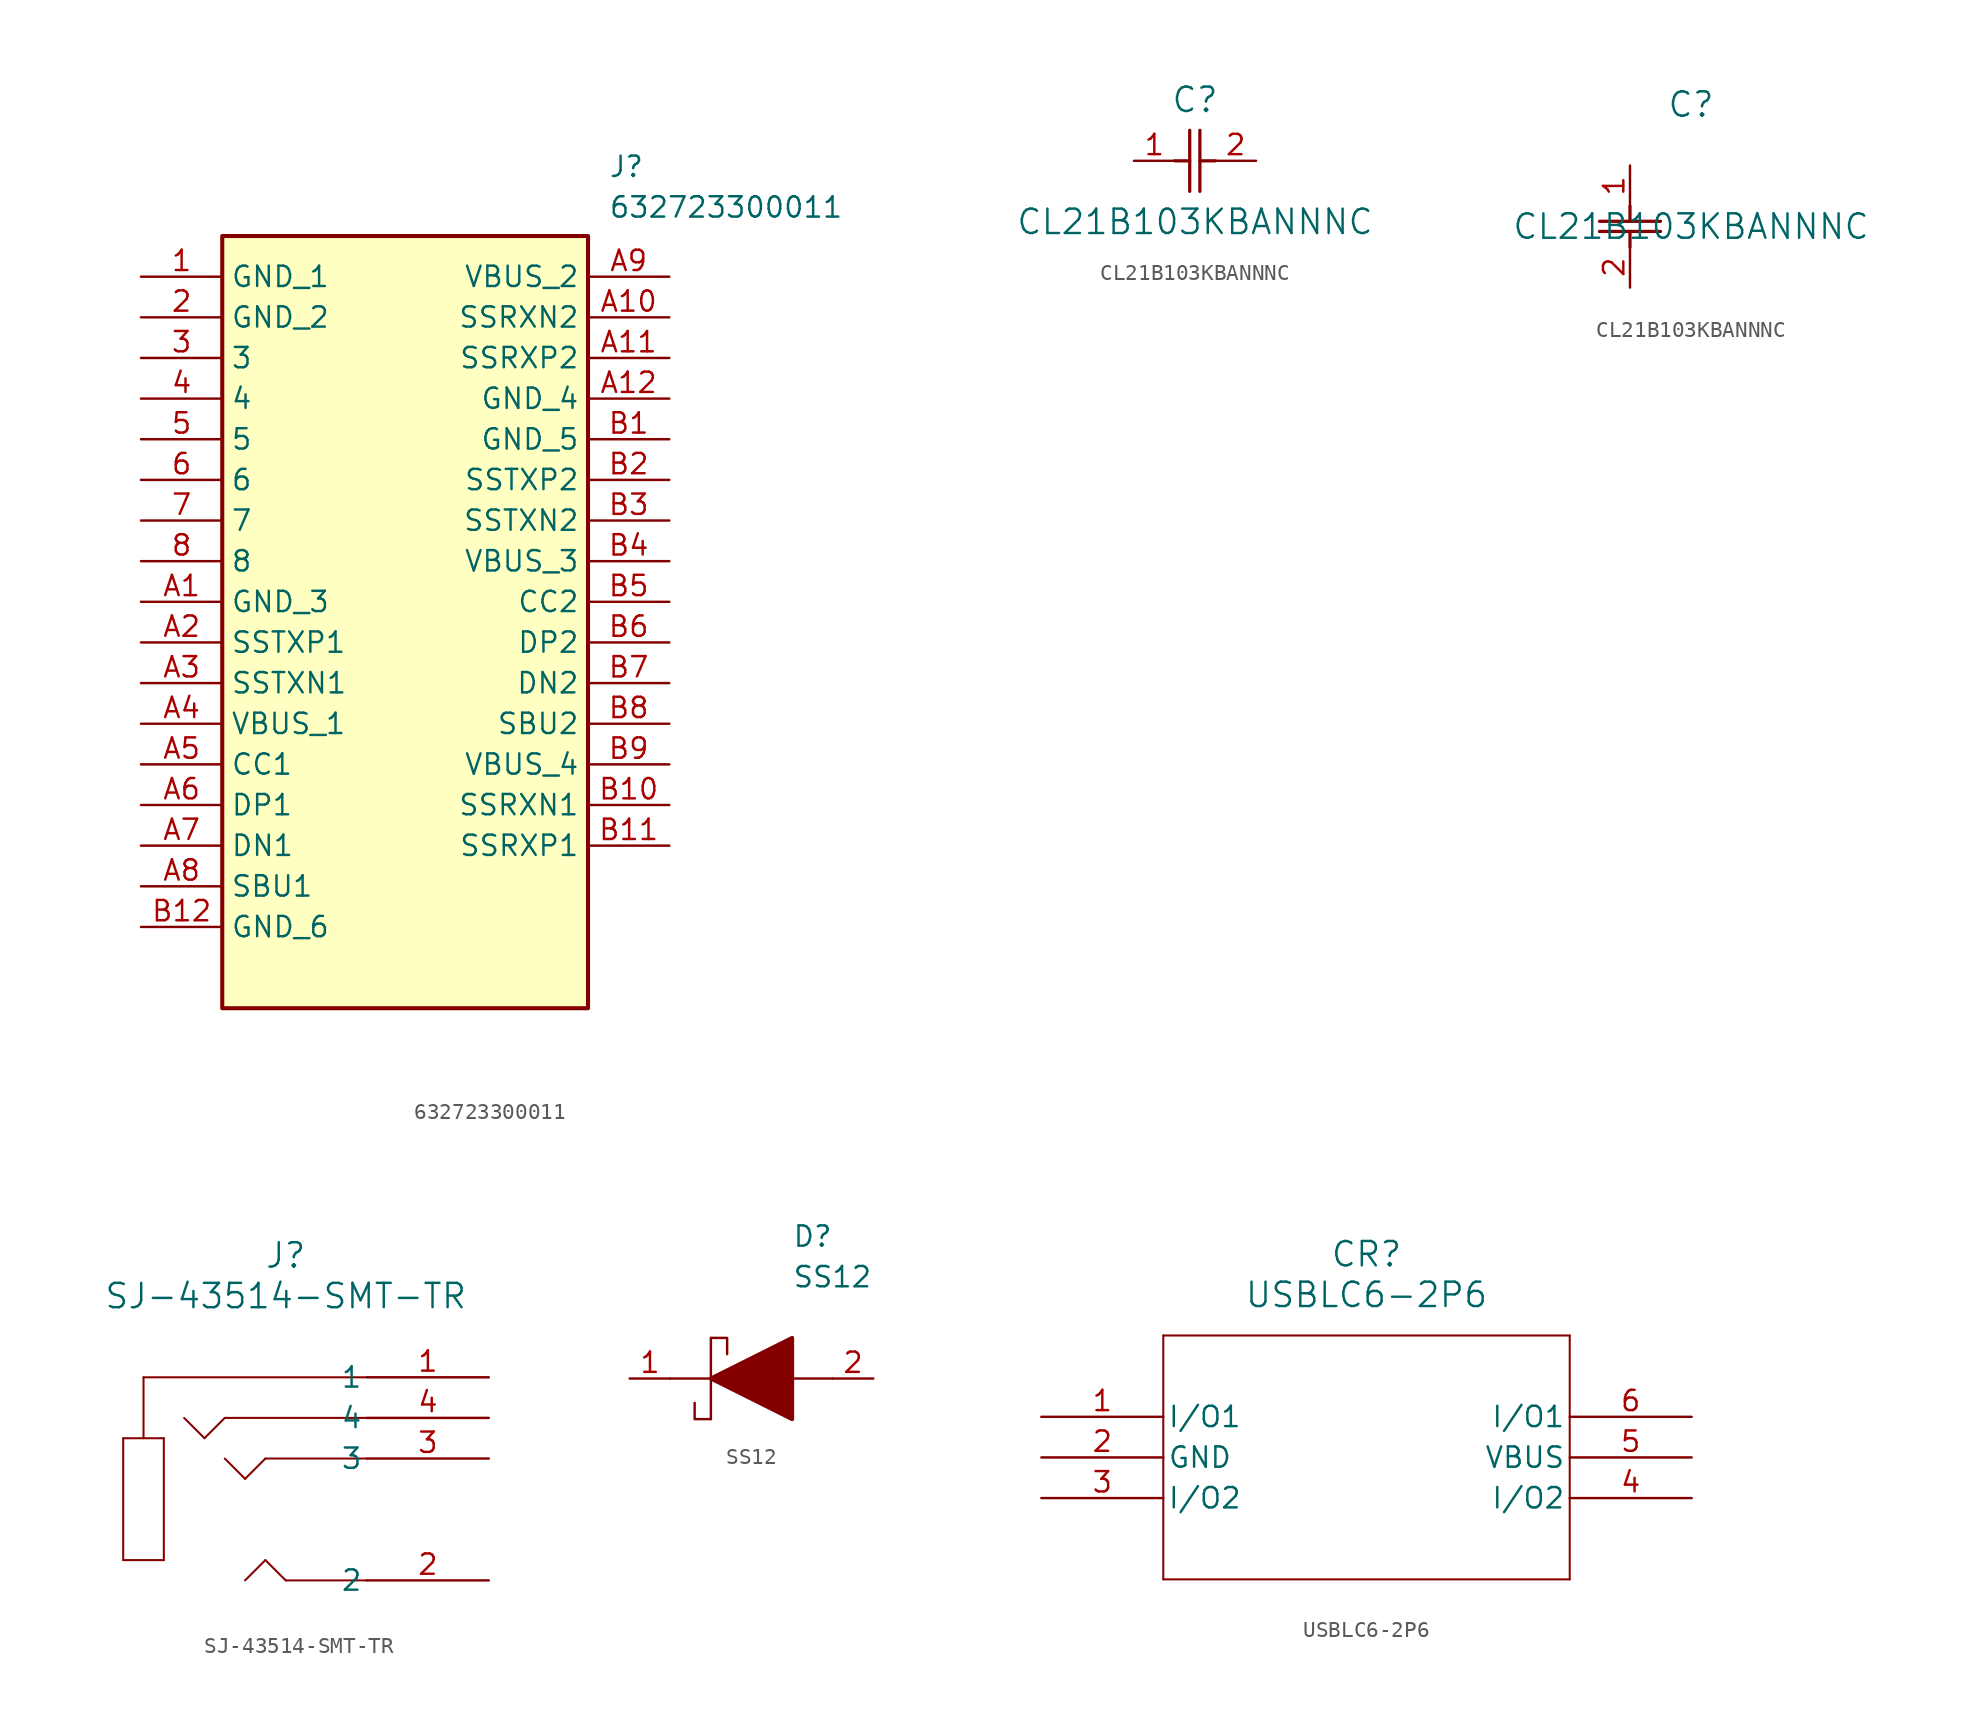
<source format=kicad_sym>
(kicad_symbol_lib
  (version 20220914)
  (generator kicad_symbol_editor)
  (symbol "632723300011"
    (property "Reference" "J"
      (at 29.21 7.62 0)
      (effects (font (size 1.27 1.27)) (justify left top)))
    (property "Value" "632723300011"
      (at 29.21 5.08 0)
      (effects (font (size 1.27 1.27)) (justify left top)))
    (symbol "632723300011_1_1"
      (rectangle (start 5.08 2.54) (end 27.94 -45.72) (stroke (width 0.254) (type default)) (fill (type background)))
      (pin passive line (at 0 0 0) (length 5.08) (name "GND_1" (effects (font (size 1.27 1.27)))) (number "1" (effects (font (size 1.27 1.27)))))
      (pin passive line (at 0 -2.54 0) (length 5.08) (name "GND_2" (effects (font (size 1.27 1.27)))) (number "2" (effects (font (size 1.27 1.27)))))
      (pin passive line (at 0 -5.08 0) (length 5.08) (name "3" (effects (font (size 1.27 1.27)))) (number "3" (effects (font (size 1.27 1.27)))))
      (pin passive line (at 0 -7.62 0) (length 5.08) (name "4" (effects (font (size 1.27 1.27)))) (number "4" (effects (font (size 1.27 1.27)))))
      (pin passive line (at 0 -10.16 0) (length 5.08) (name "5" (effects (font (size 1.27 1.27)))) (number "5" (effects (font (size 1.27 1.27)))))
      (pin passive line (at 0 -12.7 0) (length 5.08) (name "6" (effects (font (size 1.27 1.27)))) (number "6" (effects (font (size 1.27 1.27)))))
      (pin passive line (at 0 -15.24 0) (length 5.08) (name "7" (effects (font (size 1.27 1.27)))) (number "7" (effects (font (size 1.27 1.27)))))
      (pin passive line (at 0 -17.78 0) (length 5.08) (name "8" (effects (font (size 1.27 1.27)))) (number "8" (effects (font (size 1.27 1.27)))))
      (pin passive line (at 0 -20.32 0) (length 5.08) (name "GND_3" (effects (font (size 1.27 1.27)))) (number "A1" (effects (font (size 1.27 1.27)))))
      (pin passive line (at 33.02 -2.54 180) (length 5.08) (name "SSRXN2" (effects (font (size 1.27 1.27)))) (number "A10" (effects (font (size 1.27 1.27)))))
      (pin passive line (at 33.02 -5.08 180) (length 5.08) (name "SSRXP2" (effects (font (size 1.27 1.27)))) (number "A11" (effects (font (size 1.27 1.27)))))
      (pin passive line (at 33.02 -7.62 180) (length 5.08) (name "GND_4" (effects (font (size 1.27 1.27)))) (number "A12" (effects (font (size 1.27 1.27)))))
      (pin passive line (at 0 -22.86 0) (length 5.08) (name "SSTXP1" (effects (font (size 1.27 1.27)))) (number "A2" (effects (font (size 1.27 1.27)))))
      (pin passive line (at 0 -25.4 0) (length 5.08) (name "SSTXN1" (effects (font (size 1.27 1.27)))) (number "A3" (effects (font (size 1.27 1.27)))))
      (pin passive line (at 0 -27.94 0) (length 5.08) (name "VBUS_1" (effects (font (size 1.27 1.27)))) (number "A4" (effects (font (size 1.27 1.27)))))
      (pin passive line (at 0 -30.48 0) (length 5.08) (name "CC1" (effects (font (size 1.27 1.27)))) (number "A5" (effects (font (size 1.27 1.27)))))
      (pin passive line (at 0 -33.02 0) (length 5.08) (name "DP1" (effects (font (size 1.27 1.27)))) (number "A6" (effects (font (size 1.27 1.27)))))
      (pin passive line (at 0 -35.56 0) (length 5.08) (name "DN1" (effects (font (size 1.27 1.27)))) (number "A7" (effects (font (size 1.27 1.27)))))
      (pin passive line (at 0 -38.1 0) (length 5.08) (name "SBU1" (effects (font (size 1.27 1.27)))) (number "A8" (effects (font (size 1.27 1.27)))))
      (pin passive line (at 33.02 0 180) (length 5.08) (name "VBUS_2" (effects (font (size 1.27 1.27)))) (number "A9" (effects (font (size 1.27 1.27)))))
      (pin passive line (at 33.02 -10.16 180) (length 5.08) (name "GND_5" (effects (font (size 1.27 1.27)))) (number "B1" (effects (font (size 1.27 1.27)))))
      (pin passive line (at 33.02 -33.02 180) (length 5.08) (name "SSRXN1" (effects (font (size 1.27 1.27)))) (number "B10" (effects (font (size 1.27 1.27)))))
      (pin passive line (at 33.02 -35.56 180) (length 5.08) (name "SSRXP1" (effects (font (size 1.27 1.27)))) (number "B11" (effects (font (size 1.27 1.27)))))
      (pin passive line (at 0 -40.64 0) (length 5.08) (name "GND_6" (effects (font (size 1.27 1.27)))) (number "B12" (effects (font (size 1.27 1.27)))))
      (pin passive line (at 33.02 -12.7 180) (length 5.08) (name "SSTXP2" (effects (font (size 1.27 1.27)))) (number "B2" (effects (font (size 1.27 1.27)))))
      (pin passive line (at 33.02 -15.24 180) (length 5.08) (name "SSTXN2" (effects (font (size 1.27 1.27)))) (number "B3" (effects (font (size 1.27 1.27)))))
      (pin passive line (at 33.02 -17.78 180) (length 5.08) (name "VBUS_3" (effects (font (size 1.27 1.27)))) (number "B4" (effects (font (size 1.27 1.27)))))
      (pin passive line (at 33.02 -20.32 180) (length 5.08) (name "CC2" (effects (font (size 1.27 1.27)))) (number "B5" (effects (font (size 1.27 1.27)))))
      (pin passive line (at 33.02 -22.86 180) (length 5.08) (name "DP2" (effects (font (size 1.27 1.27)))) (number "B6" (effects (font (size 1.27 1.27)))))
      (pin passive line (at 33.02 -25.4 180) (length 5.08) (name "DN2" (effects (font (size 1.27 1.27)))) (number "B7" (effects (font (size 1.27 1.27)))))
      (pin passive line (at 33.02 -27.94 180) (length 5.08) (name "SBU2" (effects (font (size 1.27 1.27)))) (number "B8" (effects (font (size 1.27 1.27)))))
      (pin passive line (at 33.02 -30.48 180) (length 5.08) (name "VBUS_4" (effects (font (size 1.27 1.27)))) (number "B9" (effects (font (size 1.27 1.27)))))))
  (symbol "CL21B103KBANNNC"
    (pin_names
      (offset 0.254))
    (property "Reference" "C"
      (at 3.81 3.81 0)
      (effects (font (size 1.524 1.524))))
    (property "Value" "CL21B103KBANNNC"
      (at 3.81 -3.81 0)
      (effects (font (size 1.524 1.524))))
    (property "ki_locked" ""
      (at 0 0 0)
      (effects (font (size 1.27 1.27))))
    (symbol "CL21B103KBANNNC_1_1"
      (polyline (pts (xy 2.54 0) (xy 3.48 0)) (stroke (width 0.203) (type default)) (fill (type none)))
      (polyline (pts (xy 3.48 -1.905) (xy 3.48 1.905)) (stroke (width 0.203) (type default)) (fill (type none)))
      (polyline (pts (xy 4.115 -1.905) (xy 4.115 1.905)) (stroke (width 0.203) (type default)) (fill (type none)))
      (polyline (pts (xy 4.115 0) (xy 5.08 0)) (stroke (width 0.203) (type default)) (fill (type none)))
      (pin unspecified line (at 0 0 0) (length 2.54) (name "" (effects (font (size 1.27 1.27)))) (number "1" (effects (font (size 1.27 1.27)))))
      (pin unspecified line (at 7.62 0 180) (length 2.54) (name "" (effects (font (size 1.27 1.27)))) (number "2" (effects (font (size 1.27 1.27))))))
    (symbol "CL21B103KBANNNC_1_2"
      (polyline (pts (xy -1.905 -4.115) (xy 1.905 -4.115)) (stroke (width 0.203) (type default)) (fill (type none)))
      (polyline (pts (xy -1.905 -3.48) (xy 1.905 -3.48)) (stroke (width 0.203) (type default)) (fill (type none)))
      (polyline (pts (xy 0 -4.115) (xy 0 -5.08)) (stroke (width 0.203) (type default)) (fill (type none)))
      (polyline (pts (xy 0 -2.54) (xy 0 -3.48)) (stroke (width 0.203) (type default)) (fill (type none)))
      (pin unspecified line (at 0 0 270) (length 2.54) (name "" (effects (font (size 1.27 1.27)))) (number "1" (effects (font (size 1.27 1.27)))))
      (pin unspecified line (at 0 -7.62 90) (length 2.54) (name "" (effects (font (size 1.27 1.27)))) (number "2" (effects (font (size 1.27 1.27)))))))
  (symbol "SJ-43514-SMT-TR"
    (pin_names
      (offset 0.254))
    (property "Reference" "J"
      (at -12.7 7.62 0)
      (effects (font (size 1.524 1.524))))
    (property "Value" "SJ-43514-SMT-TR"
      (at -12.7 5.08 0)
      (effects (font (size 1.524 1.524))))
    (property "ki_locked" ""
      (at 0 0 0)
      (effects (font (size 1.27 1.27))))
    (symbol "SJ-43514-SMT-TR_0_1"
      (polyline (pts (xy -22.86 -11.43) (xy -22.86 -3.81)) (stroke (width 0.127) (type default)) (fill (type none)))
      (polyline (pts (xy -22.86 -3.81) (xy -20.32 -3.81)) (stroke (width 0.127) (type default)) (fill (type none)))
      (polyline (pts (xy -21.59 0) (xy -21.59 -3.81)) (stroke (width 0.127) (type default)) (fill (type none)))
      (polyline (pts (xy -20.32 -11.43) (xy -22.86 -11.43)) (stroke (width 0.127) (type default)) (fill (type none)))
      (polyline (pts (xy -20.32 -3.81) (xy -20.32 -11.43)) (stroke (width 0.127) (type default)) (fill (type none)))
      (polyline (pts (xy -17.78 -3.81) (xy -19.05 -2.54)) (stroke (width 0.127) (type default)) (fill (type none)))
      (polyline (pts (xy -17.78 -3.81) (xy -16.51 -2.54)) (stroke (width 0.127) (type default)) (fill (type none)))
      (polyline (pts (xy -15.24 -6.35) (xy -16.51 -5.08)) (stroke (width 0.127) (type default)) (fill (type none)))
      (polyline (pts (xy -13.97 -11.43) (xy -15.24 -12.7)) (stroke (width 0.127) (type default)) (fill (type none)))
      (polyline (pts (xy -13.97 -5.08) (xy -15.24 -6.35)) (stroke (width 0.127) (type default)) (fill (type none)))
      (polyline (pts (xy -12.7 -12.7) (xy -13.97 -11.43)) (stroke (width 0.127) (type default)) (fill (type none)))
      (polyline (pts (xy -7.62 -12.7) (xy -12.7 -12.7)) (stroke (width 0.127) (type default)) (fill (type none)))
      (polyline (pts (xy -7.62 -5.08) (xy -13.97 -5.08)) (stroke (width 0.127) (type default)) (fill (type none)))
      (polyline (pts (xy -7.62 -2.54) (xy -16.51 -2.54)) (stroke (width 0.127) (type default)) (fill (type none)))
      (polyline (pts (xy -7.62 0) (xy -21.59 0)) (stroke (width 0.127) (type default)) (fill (type none)))
      (pin unspecified line (at 0 0 180) (length 7.62) (name "1" (effects (font (size 1.27 1.27)))) (number "1" (effects (font (size 1.27 1.27)))))
      (pin unspecified line (at 0 -12.7 180) (length 7.62) (name "2" (effects (font (size 1.27 1.27)))) (number "2" (effects (font (size 1.27 1.27)))))
      (pin unspecified line (at 0 -5.08 180) (length 7.62) (name "3" (effects (font (size 1.27 1.27)))) (number "3" (effects (font (size 1.27 1.27)))))
      (pin unspecified line (at 0 -2.54 180) (length 7.62) (name "4" (effects (font (size 1.27 1.27)))) (number "4" (effects (font (size 1.27 1.27)))))))
  (symbol "SS12"
    (pin_names
      (offset 0.762))
    (property "Reference" "D"
      (at 12.7 8.89 0)
      (effects (font (size 1.27 1.27)) (justify left)))
    (property "Value" "SS12"
      (at 12.7 6.35 0)
      (effects (font (size 1.27 1.27)) (justify left)))
    (symbol "SS12_0_0"
      (pin passive line (at 2.54 0 0) (length 2.54) (name "~" (effects (font (size 1.27 1.27)))) (number "1" (effects (font (size 1.27 1.27)))))
      (pin passive line (at 17.78 0 180) (length 2.54) (name "~" (effects (font (size 1.27 1.27)))) (number "2" (effects (font (size 1.27 1.27))))))
    (symbol "SS12_0_1"
      (polyline (pts (xy 5.08 0) (xy 7.62 0)) (stroke (width 0.152) (type solid)) (fill (type none)))
      (polyline (pts (xy 7.62 2.54) (xy 7.62 -2.54)) (stroke (width 0.152) (type solid)) (fill (type none)))
      (polyline (pts (xy 12.7 0) (xy 15.24 0)) (stroke (width 0.152) (type solid)) (fill (type none)))
      (polyline (pts (xy 7.62 -2.54) (xy 6.604 -2.54) (xy 6.604 -1.524)) (stroke (width 0.152) (type solid)) (fill (type none)))
      (polyline (pts (xy 7.62 2.54) (xy 8.636 2.54) (xy 8.636 1.524)) (stroke (width 0.152) (type solid)) (fill (type none)))
      (polyline (pts (xy 7.62 0) (xy 12.7 2.54) (xy 12.7 -2.54) (xy 7.62 0)) (stroke (width 0.254) (type solid)) (fill (type outline)))))
  (symbol "USBLC6-2P6"
    (pin_names
      (offset 0.254))
    (property "Reference" "CR"
      (at 20.32 10.16 0)
      (effects (font (size 1.524 1.524))))
    (property "Value" "USBLC6-2P6"
      (at 20.32 7.62 0)
      (effects (font (size 1.524 1.524))))
    (property "ki_locked" ""
      (at 0 0 0)
      (effects (font (size 1.27 1.27))))
    (symbol "USBLC6-2P6_0_1"
      (polyline (pts (xy 7.62 -10.16) (xy 33.02 -10.16)) (stroke (width 0.127) (type default)) (fill (type none)))
      (polyline (pts (xy 7.62 5.08) (xy 7.62 -10.16)) (stroke (width 0.127) (type default)) (fill (type none)))
      (polyline (pts (xy 33.02 -10.16) (xy 33.02 5.08)) (stroke (width 0.127) (type default)) (fill (type none)))
      (polyline (pts (xy 33.02 5.08) (xy 7.62 5.08)) (stroke (width 0.127) (type default)) (fill (type none)))
      (pin bidirectional line (at 0 0 0) (length 7.62) (name "I/O1" (effects (font (size 1.27 1.27)))) (number "1" (effects (font (size 1.27 1.27)))))
      (pin power_in line (at 0 -2.54 0) (length 7.62) (name "GND" (effects (font (size 1.27 1.27)))) (number "2" (effects (font (size 1.27 1.27)))))
      (pin bidirectional line (at 0 -5.08 0) (length 7.62) (name "I/O2" (effects (font (size 1.27 1.27)))) (number "3" (effects (font (size 1.27 1.27)))))
      (pin bidirectional line (at 40.64 -5.08 180) (length 7.62) (name "I/O2" (effects (font (size 1.27 1.27)))) (number "4" (effects (font (size 1.27 1.27)))))
      (pin power_in line (at 40.64 -2.54 180) (length 7.62) (name "VBUS" (effects (font (size 1.27 1.27)))) (number "5" (effects (font (size 1.27 1.27)))))
      (pin bidirectional line (at 40.64 0 180) (length 7.62) (name "I/O1" (effects (font (size 1.27 1.27)))) (number "6" (effects (font (size 1.27 1.27))))))))
</source>
